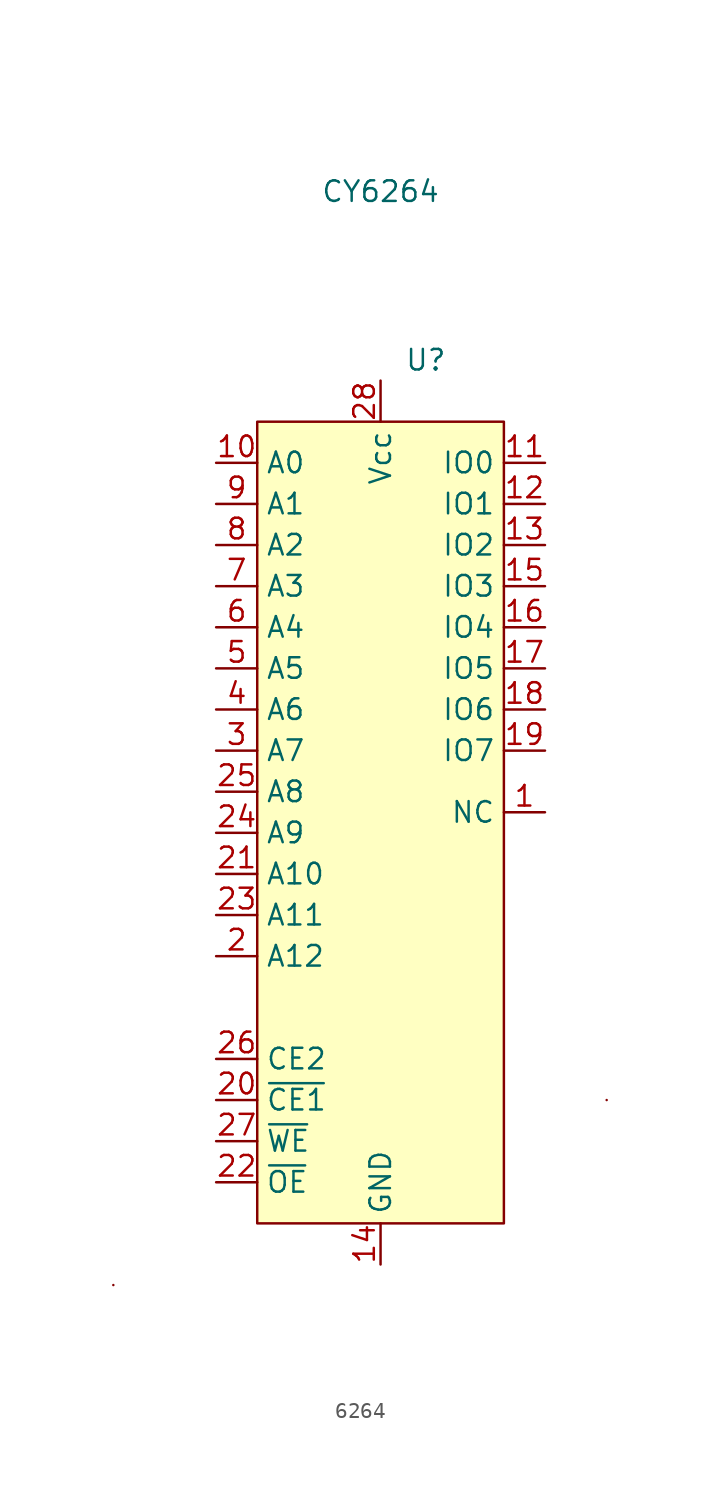
<source format=kicad_sym>
(kicad_symbol_lib
  (version 20231120)
  (generator "kicad_symbol_editor")
  (generator_version "8.0")
  (symbol "6264"
    (property "Reference" "U"
      (at 2.794 29.21 0)
      (effects (font (size 1.27 1.27))))
    (property "Value" "CY6264"
      (at 0 39.624 0)
      (effects (font (size 1.27 1.27))))
    (symbol "6264_1_1"
      (rectangle (start -16.51 -27.94) (end -16.51 -27.94) (stroke (width 0) (type default)) (fill (type none)))
      (rectangle (start -7.62 25.4) (end 7.62 -24.13) (stroke (width 0) (type default)) (fill (type background)))
      (rectangle (start 13.97 -16.51) (end 13.97 -16.51) (stroke (width 0) (type default)) (fill (type none)))
      (pin free line (at 10.16 1.27 180) (length 2.54) (name "NC" (effects (font (size 1.27 1.27)))) (number "1" (effects (font (size 1.27 1.27)))))
      (pin input line (at -10.16 22.86 0) (length 2.54) (name "A0" (effects (font (size 1.27 1.27)))) (number "10" (effects (font (size 1.27 1.27)))))
      (pin bidirectional line (at 10.16 22.86 180) (length 2.54) (name "IO0" (effects (font (size 1.27 1.27)))) (number "11" (effects (font (size 1.27 1.27)))))
      (pin bidirectional line (at 10.16 20.32 180) (length 2.54) (name "IO1" (effects (font (size 1.27 1.27)))) (number "12" (effects (font (size 1.27 1.27)))))
      (pin bidirectional line (at 10.16 17.78 180) (length 2.54) (name "IO2" (effects (font (size 1.27 1.27)))) (number "13" (effects (font (size 1.27 1.27)))))
      (pin power_in line (at 0 -26.67 90) (length 2.54) (name "GND" (effects (font (size 1.27 1.27)))) (number "14" (effects (font (size 1.27 1.27)))))
      (pin bidirectional line (at 10.16 15.24 180) (length 2.54) (name "IO3" (effects (font (size 1.27 1.27)))) (number "15" (effects (font (size 1.27 1.27)))))
      (pin bidirectional line (at 10.16 12.7 180) (length 2.54) (name "IO4" (effects (font (size 1.27 1.27)))) (number "16" (effects (font (size 1.27 1.27)))))
      (pin bidirectional line (at 10.16 10.16 180) (length 2.54) (name "IO5" (effects (font (size 1.27 1.27)))) (number "17" (effects (font (size 1.27 1.27)))))
      (pin bidirectional line (at 10.16 7.62 180) (length 2.54) (name "IO6" (effects (font (size 1.27 1.27)))) (number "18" (effects (font (size 1.27 1.27)))))
      (pin bidirectional line (at 10.16 5.08 180) (length 2.54) (name "IO7" (effects (font (size 1.27 1.27)))) (number "19" (effects (font (size 1.27 1.27)))))
      (pin input line (at -10.16 -7.62 0) (length 2.54) (name "A12" (effects (font (size 1.27 1.27)))) (number "2" (effects (font (size 1.27 1.27)))))
      (pin input line (at -10.16 -16.51 0) (length 2.54) (name "~{CE1}" (effects (font (size 1.27 1.27)))) (number "20" (effects (font (size 1.27 1.27)))))
      (pin input line (at -10.16 -2.54 0) (length 2.54) (name "A10" (effects (font (size 1.27 1.27)))) (number "21" (effects (font (size 1.27 1.27)))))
      (pin input line (at -10.16 -21.59 0) (length 2.54) (name "~{OE}" (effects (font (size 1.27 1.27)))) (number "22" (effects (font (size 1.27 1.27)))))
      (pin input line (at -10.16 -5.08 0) (length 2.54) (name "A11" (effects (font (size 1.27 1.27)))) (number "23" (effects (font (size 1.27 1.27)))))
      (pin input line (at -10.16 0 0) (length 2.54) (name "A9" (effects (font (size 1.27 1.27)))) (number "24" (effects (font (size 1.27 1.27)))))
      (pin input line (at -10.16 2.54 0) (length 2.54) (name "A8" (effects (font (size 1.27 1.27)))) (number "25" (effects (font (size 1.27 1.27)))))
      (pin input line (at -10.16 -13.97 0) (length 2.54) (name "CE2" (effects (font (size 1.27 1.27)))) (number "26" (effects (font (size 1.27 1.27)))))
      (pin input line (at -10.16 -19.05 0) (length 2.54) (name "~{WE}" (effects (font (size 1.27 1.27)))) (number "27" (effects (font (size 1.27 1.27)))))
      (pin power_in line (at 0 27.94 270) (length 2.54) (name "Vcc" (effects (font (size 1.27 1.27)))) (number "28" (effects (font (size 1.27 1.27)))))
      (pin input line (at -10.16 5.08 0) (length 2.54) (name "A7" (effects (font (size 1.27 1.27)))) (number "3" (effects (font (size 1.27 1.27)))))
      (pin input line (at -10.16 7.62 0) (length 2.54) (name "A6" (effects (font (size 1.27 1.27)))) (number "4" (effects (font (size 1.27 1.27)))))
      (pin input line (at -10.16 10.16 0) (length 2.54) (name "A5" (effects (font (size 1.27 1.27)))) (number "5" (effects (font (size 1.27 1.27)))))
      (pin input line (at -10.16 12.7 0) (length 2.54) (name "A4" (effects (font (size 1.27 1.27)))) (number "6" (effects (font (size 1.27 1.27)))))
      (pin input line (at -10.16 15.24 0) (length 2.54) (name "A3" (effects (font (size 1.27 1.27)))) (number "7" (effects (font (size 1.27 1.27)))))
      (pin input line (at -10.16 17.78 0) (length 2.54) (name "A2" (effects (font (size 1.27 1.27)))) (number "8" (effects (font (size 1.27 1.27)))))
      (pin input line (at -10.16 20.32 0) (length 2.54) (name "A1" (effects (font (size 1.27 1.27)))) (number "9" (effects (font (size 1.27 1.27))))))))
</source>
